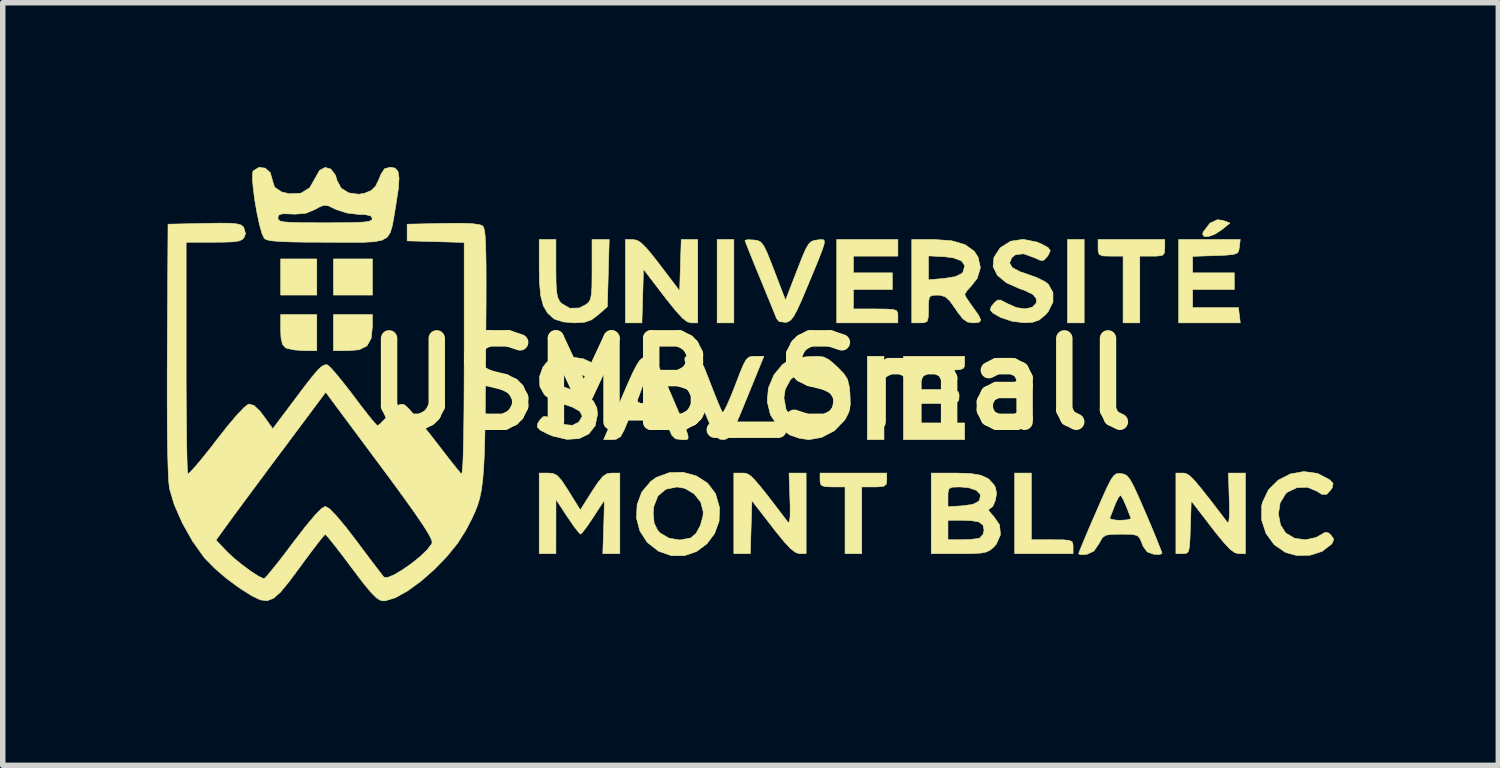
<source format=kicad_pcb>
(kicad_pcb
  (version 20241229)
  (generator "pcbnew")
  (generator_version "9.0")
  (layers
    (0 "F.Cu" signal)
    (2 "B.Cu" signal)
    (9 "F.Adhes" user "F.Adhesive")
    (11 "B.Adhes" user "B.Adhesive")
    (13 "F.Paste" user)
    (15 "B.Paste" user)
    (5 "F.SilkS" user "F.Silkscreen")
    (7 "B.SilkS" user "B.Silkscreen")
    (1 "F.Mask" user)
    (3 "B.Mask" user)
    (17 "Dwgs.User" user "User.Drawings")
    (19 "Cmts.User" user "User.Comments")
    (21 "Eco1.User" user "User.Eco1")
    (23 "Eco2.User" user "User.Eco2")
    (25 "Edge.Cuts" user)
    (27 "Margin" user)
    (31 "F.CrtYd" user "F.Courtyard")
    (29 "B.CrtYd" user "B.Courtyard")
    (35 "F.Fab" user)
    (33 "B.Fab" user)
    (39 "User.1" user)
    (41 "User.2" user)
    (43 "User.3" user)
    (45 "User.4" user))
  (footprint "USMB_Small"
    (layer "F.Cu")
    (at 10.663 3.967)
    (property "Reference" "USMB_Small" (at 0 0 0) (layer "F.SilkS") (effects (font (size 1.524 1.524) (thickness 0.3))))
    (attr through_hole)
    (fp_poly (pts (xy -7.925 -1.626) (xy -8.585 -1.626) (xy -8.585 -2.286) (xy -7.925 -2.286) (xy -7.925 -1.626)) (stroke (width 0.01) (type solid)) (fill yes) (layer "F.SilkS"))
    (fp_poly (pts (xy -6.909 -1.626) (xy -7.62 -1.626) (xy -7.62 -2.286) (xy -6.909 -2.286) (xy -6.909 -1.626)) (stroke (width 0.01) (type solid)) (fill yes) (layer "F.SilkS"))
    (fp_poly (pts (xy -0.305 -1.118) (xy -0.61 -1.118) (xy -0.61 -2.642) (xy -0.305 -2.642) (xy -0.305 -1.118)) (stroke (width 0.01) (type solid)) (fill yes) (layer "F.SilkS"))
    (fp_poly (pts (xy 2.438 1.016) (xy 2.134 1.016) (xy 2.134 -0.508) (xy 2.438 -0.508) (xy 2.438 1.016)) (stroke (width 0.01) (type solid)) (fill yes) (layer "F.SilkS"))
    (fp_poly (pts (xy 6.096 -1.118) (xy 5.791 -1.118) (xy 5.791 -2.642) (xy 6.096 -2.642) (xy 6.096 -1.118)) (stroke (width 0.01) (type solid)) (fill yes) (layer "F.SilkS"))
    (fp_poly (pts (xy -6.909 -1.053) (xy -6.931 -0.836) (xy -7.008 -0.698) (xy -7.151 -0.627) (xy -7.343 -0.61) (xy -7.62 -0.61) (xy -7.62 -1.27) (xy -6.909 -1.27) (xy -6.909 -1.053)) (stroke (width 0.01) (type solid)) (fill yes) (layer "F.SilkS"))
    (fp_poly (pts (xy -7.925 -0.61) (xy -8.166 -0.611) (xy -8.33 -0.623) (xy -8.462 -0.65) (xy -8.496 -0.664) (xy -8.552 -0.726) (xy -8.579 -0.843) (xy -8.585 -0.993) (xy -8.585 -1.27) (xy -7.925 -1.27) (xy -7.925 -0.61)) (stroke (width 0.01) (type solid)) (fill yes) (layer "F.SilkS"))
    (fp_poly (pts (xy 8.634 -2.989) (xy 8.759 -2.942) (xy 8.609 -2.819) (xy 8.483 -2.737) (xy 8.368 -2.696) (xy 8.286 -2.697) (xy 8.26 -2.743) (xy 8.274 -2.782) (xy 8.394 -2.939) (xy 8.53 -3.003) (xy 8.634 -2.989)) (stroke (width 0.01) (type solid)) (fill yes) (layer "F.SilkS"))
    (fp_poly (pts (xy 5.131 2.845) (xy 5.512 2.845) (xy 5.706 2.846) (xy 5.819 2.856) (xy 5.874 2.88) (xy 5.891 2.927) (xy 5.893 2.972) (xy 5.893 3.099) (xy 4.826 3.099) (xy 4.826 1.626) (xy 5.131 1.626) (xy 5.131 2.845)) (stroke (width 0.01) (type solid)) (fill yes) (layer "F.SilkS"))
    (fp_poly (pts (xy 2.489 1.753) (xy 2.48 1.831) (xy 2.433 1.868) (xy 2.322 1.879) (xy 2.261 1.88) (xy 2.032 1.88) (xy 2.032 3.099) (xy 1.727 3.099) (xy 1.727 1.88) (xy 1.499 1.88) (xy 1.358 1.874) (xy 1.291 1.848) (xy 1.271 1.787) (xy 1.27 1.753) (xy 1.27 1.626) (xy 2.489 1.626) (xy 2.489 1.753)) (stroke (width 0.01) (type solid)) (fill yes) (layer "F.SilkS"))
    (fp_poly (pts (xy 7.569 -2.489) (xy 7.563 -2.395) (xy 7.524 -2.351) (xy 7.427 -2.338) (xy 7.341 -2.337) (xy 7.112 -2.337) (xy 7.112 -1.118) (xy 6.807 -1.118) (xy 6.807 -2.337) (xy 6.579 -2.337) (xy 6.438 -2.341) (xy 6.371 -2.367) (xy 6.351 -2.432) (xy 6.35 -2.489) (xy 6.35 -2.642) (xy 7.569 -2.642) (xy 7.569 -2.489)) (stroke (width 0.01) (type solid)) (fill yes) (layer "F.SilkS"))
    (fp_poly (pts (xy 2.692 -2.337) (xy 1.88 -2.337) (xy 1.88 -2.032) (xy 2.591 -2.032) (xy 2.591 -1.727) (xy 1.88 -1.727) (xy 1.88 -1.372) (xy 2.286 -1.372) (xy 2.488 -1.37) (xy 2.608 -1.362) (xy 2.669 -1.34) (xy 2.69 -1.298) (xy 2.692 -1.245) (xy 2.692 -1.118) (xy 1.575 -1.118) (xy 1.575 -2.642) (xy 2.692 -2.642) (xy 2.692 -2.337)) (stroke (width 0.01) (type solid)) (fill yes) (layer "F.SilkS"))
    (fp_poly (pts (xy 8.931 -2.502) (xy 8.92 -2.433) (xy 8.89 -2.391) (xy 8.82 -2.368) (xy 8.69 -2.355) (xy 8.496 -2.347) (xy 8.077 -2.333) (xy 8.077 -2.032) (xy 8.839 -2.032) (xy 8.839 -1.727) (xy 8.077 -1.727) (xy 8.077 -1.397) (xy 8.915 -1.397) (xy 8.948 -1.118) (xy 7.823 -1.118) (xy 7.823 -2.642) (xy 8.948 -2.642) (xy 8.931 -2.502)) (stroke (width 0.01) (type solid)) (fill yes) (layer "F.SilkS"))
    (fp_poly (pts (xy -1.116 -2.642) (xy -0.965 -2.642) (xy -0.965 -1.118) (xy -1.085 -1.118) (xy -1.155 -1.138) (xy -1.244 -1.206) (xy -1.362 -1.334) (xy -1.522 -1.532) (xy -1.581 -1.608) (xy -1.956 -2.099) (xy -1.97 -1.608) (xy -1.985 -1.118) (xy -2.286 -1.118) (xy -2.286 -2.642) (xy -2.146 -2.64) (xy -2.074 -2.627) (xy -1.997 -2.578) (xy -1.9 -2.482) (xy -1.77 -2.325) (xy -1.651 -2.17) (xy -1.295 -1.702) (xy -1.281 -2.172) (xy -1.266 -2.642) (xy -1.116 -2.642)) (stroke (width 0.01) (type solid)) (fill yes) (layer "F.SilkS"))
    (fp_poly (pts (xy -0.103 1.628) (xy -0.054 1.643) (xy 0.001 1.678) (xy 0.071 1.746) (xy 0.165 1.855) (xy 0.294 2.015) (xy 0.465 2.237) (xy 0.686 2.527) (xy 0.71 2.52) (xy 0.723 2.42) (xy 0.724 2.224) (xy 0.72 2.109) (xy 0.704 1.626) (xy 1.016 1.626) (xy 1.016 3.099) (xy 0.895 3.099) (xy 0.825 3.078) (xy 0.735 3.01) (xy 0.615 2.882) (xy 0.453 2.683) (xy 0.4 2.614) (xy 0.025 2.13) (xy -0.004 3.099) (xy -0.305 3.099) (xy -0.305 1.626) (xy -0.155 1.626) (xy -0.103 1.628)) (stroke (width 0.01) (type solid)) (fill yes) (layer "F.SilkS"))
    (fp_poly (pts (xy 3.912 -0.381) (xy 3.908 -0.32) (xy 3.882 -0.282) (xy 3.816 -0.262) (xy 3.687 -0.255) (xy 3.48 -0.254) (xy 3.048 -0.254) (xy 3.048 0.102) (xy 3.429 0.102) (xy 3.623 0.103) (xy 3.736 0.113) (xy 3.791 0.137) (xy 3.809 0.184) (xy 3.81 0.229) (xy 3.805 0.293) (xy 3.777 0.331) (xy 3.703 0.349) (xy 3.563 0.355) (xy 3.429 0.356) (xy 3.048 0.356) (xy 3.048 0.711) (xy 3.912 0.711) (xy 3.912 1.016) (xy 2.794 1.016) (xy 2.794 -0.508) (xy 3.912 -0.508) (xy 3.912 -0.381)) (stroke (width 0.01) (type solid)) (fill yes) (layer "F.SilkS"))
    (fp_poly (pts (xy 7.943 1.631) (xy 7.991 1.652) (xy 8.05 1.7) (xy 8.13 1.784) (xy 8.239 1.915) (xy 8.386 2.101) (xy 8.58 2.353) (xy 8.712 2.527) (xy 8.737 2.52) (xy 8.749 2.42) (xy 8.75 2.224) (xy 8.747 2.109) (xy 8.731 1.626) (xy 9.042 1.626) (xy 9.042 3.099) (xy 8.918 3.099) (xy 8.848 3.081) (xy 8.762 3.018) (xy 8.65 2.899) (xy 8.497 2.713) (xy 8.423 2.616) (xy 8.052 2.134) (xy 8.037 2.616) (xy 8.029 2.84) (xy 8.019 2.981) (xy 8 3.058) (xy 7.967 3.091) (xy 7.915 3.099) (xy 7.898 3.099) (xy 7.772 3.099) (xy 7.772 1.626) (xy 7.897 1.626) (xy 7.943 1.631)) (stroke (width 0.01) (type solid)) (fill yes) (layer "F.SilkS"))
    (fp_poly (pts (xy -3.556 -2.108) (xy -3.554 -1.862) (xy -3.545 -1.697) (xy -3.525 -1.589) (xy -3.492 -1.517) (xy -3.454 -1.473) (xy -3.302 -1.385) (xy -3.13 -1.39) (xy -3.009 -1.451) (xy -2.959 -1.493) (xy -2.926 -1.549) (xy -2.907 -1.64) (xy -2.898 -1.786) (xy -2.896 -2.007) (xy -2.896 -2.086) (xy -2.896 -2.642) (xy -2.582 -2.642) (xy -2.616 -1.414) (xy -2.782 -1.266) (xy -2.906 -1.173) (xy -3.033 -1.129) (xy -3.211 -1.118) (xy -3.215 -1.118) (xy -3.417 -1.135) (xy -3.569 -1.181) (xy -3.596 -1.197) (xy -3.708 -1.297) (xy -3.785 -1.427) (xy -3.832 -1.606) (xy -3.856 -1.851) (xy -3.861 -2.106) (xy -3.861 -2.642) (xy -3.556 -2.642) (xy -3.556 -2.108)) (stroke (width 0.01) (type solid)) (fill yes) (layer "F.SilkS"))
    (fp_poly (pts (xy -3.606 1.634) (xy -3.533 1.671) (xy -3.456 1.756) (xy -3.356 1.906) (xy -3.32 1.963) (xy -3.11 2.301) (xy -2.897 1.963) (xy -2.782 1.79) (xy -2.697 1.687) (xy -2.622 1.638) (xy -2.539 1.626) (xy -2.535 1.626) (xy -2.388 1.626) (xy -2.388 3.099) (xy -2.699 3.099) (xy -2.683 2.616) (xy -2.677 2.409) (xy -2.673 2.246) (xy -2.673 2.15) (xy -2.674 2.133) (xy -2.703 2.173) (xy -2.772 2.276) (xy -2.867 2.422) (xy -2.877 2.438) (xy -2.978 2.588) (xy -3.059 2.696) (xy -3.103 2.742) (xy -3.105 2.743) (xy -3.146 2.704) (xy -3.226 2.6) (xy -3.328 2.452) (xy -3.346 2.426) (xy -3.555 2.108) (xy -3.556 3.099) (xy -3.861 3.099) (xy -3.861 1.626) (xy -3.695 1.626) (xy -3.606 1.634)) (stroke (width 0.01) (type solid)) (fill yes) (layer "F.SilkS"))
    (fp_poly (pts (xy 10.36 1.633) (xy 10.582 1.749) (xy 10.644 1.816) (xy 10.628 1.893) (xy 10.608 1.926) (xy 10.529 2.014) (xy 10.44 2.015) (xy 10.341 1.954) (xy 10.173 1.885) (xy 9.983 1.893) (xy 9.812 1.973) (xy 9.777 2.004) (xy 9.676 2.171) (xy 9.645 2.373) (xy 9.683 2.573) (xy 9.777 2.72) (xy 9.939 2.817) (xy 10.138 2.846) (xy 10.334 2.803) (xy 10.407 2.762) (xy 10.499 2.709) (xy 10.561 2.721) (xy 10.605 2.76) (xy 10.657 2.834) (xy 10.629 2.906) (xy 10.613 2.926) (xy 10.444 3.057) (xy 10.221 3.128) (xy 9.978 3.132) (xy 9.775 3.077) (xy 9.568 2.935) (xy 9.418 2.729) (xy 9.338 2.483) (xy 9.339 2.224) (xy 9.352 2.165) (xy 9.463 1.933) (xy 9.641 1.756) (xy 9.864 1.642) (xy 10.111 1.599) (xy 10.36 1.633)) (stroke (width 0.01) (type solid)) (fill yes) (layer "F.SilkS"))
    (fp_poly (pts (xy -0.992 1.678) (xy -0.786 1.809) (xy -0.642 1.999) (xy -0.64 2.002) (xy -0.565 2.26) (xy -0.575 2.507) (xy -0.657 2.732) (xy -0.798 2.92) (xy -0.985 3.059) (xy -1.205 3.135) (xy -1.445 3.136) (xy -1.677 3.056) (xy -1.886 2.894) (xy -2.022 2.684) (xy -2.084 2.446) (xy -2.08 2.362) (xy -1.778 2.362) (xy -1.761 2.541) (xy -1.7 2.667) (xy -1.653 2.72) (xy -1.492 2.816) (xy -1.29 2.849) (xy -1.094 2.813) (xy -0.997 2.731) (xy -0.916 2.584) (xy -0.869 2.41) (xy -0.864 2.335) (xy -0.91 2.157) (xy -1.031 2.005) (xy -1.201 1.905) (xy -1.345 1.88) (xy -1.548 1.922) (xy -1.691 2.043) (xy -1.767 2.235) (xy -1.778 2.362) (xy -2.08 2.362) (xy -2.072 2.202) (xy -1.986 1.972) (xy -1.823 1.779) (xy -1.719 1.705) (xy -1.484 1.618) (xy -1.233 1.612) (xy -0.992 1.678)) (stroke (width 0.01) (type solid)) (fill yes) (layer "F.SilkS"))
    (fp_poly (pts (xy -1.077 -0.508) (xy -1.006 -0.503) (xy -0.951 -0.477) (xy -0.901 -0.414) (xy -0.844 -0.295) (xy -0.768 -0.104) (xy -0.733 -0.013) (xy -0.652 0.196) (xy -0.581 0.369) (xy -0.531 0.484) (xy -0.512 0.519) (xy -0.483 0.49) (xy -0.428 0.382) (xy -0.355 0.214) (xy -0.28 0.024) (xy -0.192 -0.207) (xy -0.128 -0.359) (xy -0.077 -0.449) (xy -0.028 -0.492) (xy 0.031 -0.507) (xy 0.082 -0.508) (xy 0.244 -0.508) (xy -0.066 0.254) (xy -0.183 0.539) (xy -0.271 0.743) (xy -0.337 0.879) (xy -0.389 0.96) (xy -0.436 1.001) (xy -0.484 1.014) (xy -0.505 1.015) (xy -0.56 1.007) (xy -0.608 0.975) (xy -0.659 0.905) (xy -0.722 0.781) (xy -0.804 0.591) (xy -0.906 0.342) (xy -1.029 0.039) (xy -1.117 -0.182) (xy -1.172 -0.334) (xy -1.199 -0.43) (xy -1.199 -0.482) (xy -1.174 -0.504) (xy -1.128 -0.509) (xy -1.077 -0.508)) (stroke (width 0.01) (type solid)) (fill yes) (layer "F.SilkS"))
    (fp_poly (pts (xy 1.328 -2.638) (xy 1.349 -2.616) (xy 1.345 -2.56) (xy 1.313 -2.458) (xy 1.251 -2.297) (xy 1.156 -2.064) (xy 1.047 -1.803) (xy 0.936 -1.539) (xy 0.852 -1.355) (xy 0.788 -1.236) (xy 0.734 -1.168) (xy 0.682 -1.136) (xy 0.64 -1.127) (xy 0.521 -1.142) (xy 0.473 -1.203) (xy 0.442 -1.282) (xy 0.38 -1.435) (xy 0.295 -1.642) (xy 0.197 -1.882) (xy 0.169 -1.949) (xy 0.071 -2.187) (xy -0.011 -2.39) (xy -0.07 -2.539) (xy -0.1 -2.618) (xy -0.102 -2.626) (xy -0.057 -2.637) (xy 0.05 -2.633) (xy 0.061 -2.632) (xy 0.133 -2.621) (xy 0.189 -2.592) (xy 0.24 -2.528) (xy 0.297 -2.413) (xy 0.371 -2.231) (xy 0.432 -2.073) (xy 0.639 -1.531) (xy 0.848 -2.073) (xy 0.94 -2.307) (xy 1.007 -2.463) (xy 1.061 -2.557) (xy 1.113 -2.606) (xy 1.174 -2.627) (xy 1.219 -2.632) (xy 1.284 -2.64) (xy 1.328 -2.638)) (stroke (width 0.01) (type solid)) (fill yes) (layer "F.SilkS"))
    (fp_poly (pts (xy -1.79 -0.479) (xy -1.741 -0.428) (xy -1.684 -0.33) (xy -1.608 -0.17) (xy -1.505 0.064) (xy -1.462 0.164) (xy -1.332 0.467) (xy -1.237 0.688) (xy -1.175 0.841) (xy -1.144 0.938) (xy -1.14 0.991) (xy -1.159 1.013) (xy -1.2 1.018) (xy -1.259 1.016) (xy -1.261 1.016) (xy -1.372 1) (xy -1.44 0.933) (xy -1.48 0.838) (xy -1.544 0.66) (xy -2.234 0.66) (xy -2.308 0.838) (xy -2.374 0.96) (xy -2.457 1.009) (xy -2.533 1.016) (xy -2.683 1.016) (xy -2.386 0.324) (xy -2.066 0.324) (xy -2.017 0.349) (xy -1.888 0.356) (xy -1.682 0.356) (xy -1.76 0.165) (xy -1.833 0.004) (xy -1.887 -0.064) (xy -1.931 -0.047) (xy -1.97 0.034) (xy -2.02 0.171) (xy -2.058 0.267) (xy -2.066 0.324) (xy -2.386 0.324) (xy -2.361 0.267) (xy -2.239 -0.015) (xy -2.148 -0.216) (xy -2.078 -0.351) (xy -2.023 -0.433) (xy -1.973 -0.476) (xy -1.92 -0.493) (xy -1.896 -0.496) (xy -1.838 -0.498) (xy -1.79 -0.479)) (stroke (width 0.01) (type solid)) (fill yes) (layer "F.SilkS"))
    (fp_poly (pts (xy 1.335 -0.494) (xy 1.429 -0.448) (xy 1.539 -0.355) (xy 1.58 -0.318) (xy 1.704 -0.192) (xy 1.772 -0.086) (xy 1.804 0.046) (xy 1.817 0.183) (xy 1.822 0.373) (xy 1.799 0.507) (xy 1.74 0.627) (xy 1.718 0.66) (xy 1.535 0.851) (xy 1.3 0.975) (xy 1.067 1.016) (xy 0.897 0.992) (xy 0.724 0.933) (xy 0.712 0.927) (xy 0.501 0.77) (xy 0.364 0.563) (xy 0.306 0.324) (xy 0.311 0.252) (xy 0.61 0.252) (xy 0.65 0.469) (xy 0.767 0.622) (xy 0.952 0.701) (xy 1.067 0.711) (xy 1.25 0.685) (xy 1.389 0.596) (xy 1.399 0.587) (xy 1.501 0.423) (xy 1.525 0.236) (xy 1.481 0.05) (xy 1.38 -0.11) (xy 1.23 -0.219) (xy 1.067 -0.254) (xy 0.882 -0.207) (xy 0.731 -0.083) (xy 0.634 0.095) (xy 0.61 0.252) (xy 0.311 0.252) (xy 0.326 0.074) (xy 0.428 -0.168) (xy 0.581 -0.353) (xy 0.686 -0.429) (xy 0.82 -0.474) (xy 1.016 -0.497) (xy 1.039 -0.499) (xy 1.218 -0.507) (xy 1.335 -0.494)) (stroke (width 0.01) (type solid)) (fill yes) (layer "F.SilkS"))
    (fp_poly (pts (xy 3.34 -2.642) (xy 3.671 -2.619) (xy 3.918 -2.548) (xy 4.086 -2.428) (xy 4.157 -2.32) (xy 4.2 -2.125) (xy 4.142 -1.932) (xy 4.037 -1.797) (xy 3.953 -1.704) (xy 3.914 -1.64) (xy 3.913 -1.636) (xy 3.942 -1.578) (xy 4.015 -1.47) (xy 4.065 -1.401) (xy 4.169 -1.254) (xy 4.207 -1.169) (xy 4.177 -1.129) (xy 4.079 -1.118) (xy 4.064 -1.118) (xy 3.966 -1.133) (xy 3.881 -1.191) (xy 3.785 -1.313) (xy 3.747 -1.371) (xy 3.643 -1.517) (xy 3.56 -1.593) (xy 3.469 -1.622) (xy 3.416 -1.625) (xy 3.319 -1.621) (xy 3.27 -1.59) (xy 3.253 -1.506) (xy 3.251 -1.372) (xy 3.248 -1.221) (xy 3.227 -1.146) (xy 3.174 -1.12) (xy 3.099 -1.118) (xy 2.946 -1.118) (xy 2.946 -1.904) (xy 3.251 -1.904) (xy 3.538 -1.93) (xy 3.743 -1.963) (xy 3.859 -2.019) (xy 3.881 -2.045) (xy 3.915 -2.163) (xy 3.854 -2.251) (xy 3.702 -2.307) (xy 3.538 -2.327) (xy 3.251 -2.342) (xy 3.251 -1.904) (xy 2.946 -1.904) (xy 2.946 -2.642) (xy 3.34 -2.642)) (stroke (width 0.01) (type solid)) (fill yes) (layer "F.SilkS"))
    (fp_poly (pts (xy -3.297 -0.498) (xy -3.056 -0.462) (xy -2.913 -0.395) (xy -2.866 -0.298) (xy -2.893 -0.209) (xy -2.94 -0.139) (xy -2.998 -0.132) (xy -3.098 -0.178) (xy -3.284 -0.244) (xy -3.44 -0.242) (xy -3.544 -0.173) (xy -3.553 -0.158) (xy -3.577 -0.081) (xy -3.546 -0.02) (xy -3.445 0.04) (xy -3.261 0.109) (xy -3.23 0.12) (xy -3.009 0.209) (xy -2.873 0.309) (xy -2.808 0.434) (xy -2.796 0.554) (xy -2.839 0.762) (xy -2.955 0.911) (xy -3.131 0.996) (xy -3.354 1.011) (xy -3.61 0.951) (xy -3.696 0.916) (xy -3.839 0.844) (xy -3.898 0.784) (xy -3.886 0.715) (xy -3.842 0.649) (xy -3.793 0.598) (xy -3.736 0.592) (xy -3.636 0.633) (xy -3.579 0.662) (xy -3.39 0.741) (xy -3.254 0.754) (xy -3.148 0.701) (xy -3.13 0.684) (xy -3.075 0.587) (xy -3.117 0.499) (xy -3.258 0.42) (xy -3.389 0.376) (xy -3.562 0.314) (xy -3.706 0.241) (xy -3.764 0.198) (xy -3.848 0.049) (xy -3.857 -0.132) (xy -3.794 -0.308) (xy -3.73 -0.389) (xy -3.645 -0.463) (xy -3.557 -0.498) (xy -3.429 -0.505) (xy -3.297 -0.498)) (stroke (width 0.01) (type solid)) (fill yes) (layer "F.SilkS"))
    (fp_poly (pts (xy 5.23 -2.595) (xy 5.314 -2.56) (xy 5.436 -2.494) (xy 5.477 -2.439) (xy 5.446 -2.366) (xy 5.413 -2.32) (xy 5.357 -2.262) (xy 5.294 -2.26) (xy 5.189 -2.308) (xy 4.99 -2.38) (xy 4.841 -2.364) (xy 4.776 -2.312) (xy 4.733 -2.214) (xy 4.781 -2.129) (xy 4.925 -2.052) (xy 5.053 -2.009) (xy 5.229 -1.946) (xy 5.376 -1.873) (xy 5.438 -1.827) (xy 5.526 -1.674) (xy 5.526 -1.499) (xy 5.439 -1.323) (xy 5.389 -1.266) (xy 5.273 -1.17) (xy 5.151 -1.128) (xy 4.995 -1.12) (xy 4.775 -1.148) (xy 4.573 -1.216) (xy 4.559 -1.223) (xy 4.428 -1.298) (xy 4.379 -1.355) (xy 4.4 -1.419) (xy 4.45 -1.478) (xy 4.51 -1.533) (xy 4.569 -1.535) (xy 4.669 -1.483) (xy 4.691 -1.47) (xy 4.861 -1.396) (xy 5.02 -1.374) (xy 5.147 -1.403) (xy 5.219 -1.477) (xy 5.224 -1.555) (xy 5.164 -1.635) (xy 5.01 -1.711) (xy 4.927 -1.739) (xy 4.677 -1.849) (xy 4.51 -1.987) (xy 4.432 -2.144) (xy 4.447 -2.313) (xy 4.558 -2.483) (xy 4.568 -2.493) (xy 4.753 -2.61) (xy 4.98 -2.644) (xy 5.23 -2.595)) (stroke (width 0.01) (type solid)) (fill yes) (layer "F.SilkS"))
    (fp_poly (pts (xy 4.021 1.635) (xy 4.214 1.668) (xy 4.348 1.732) (xy 4.443 1.834) (xy 4.474 1.887) (xy 4.495 1.994) (xy 4.475 2.123) (xy 4.427 2.233) (xy 4.362 2.285) (xy 4.355 2.286) (xy 4.353 2.315) (xy 4.414 2.388) (xy 4.438 2.411) (xy 4.55 2.574) (xy 4.567 2.753) (xy 4.49 2.926) (xy 4.447 2.974) (xy 4.383 3.031) (xy 4.311 3.068) (xy 4.21 3.088) (xy 4.054 3.097) (xy 3.822 3.099) (xy 3.812 3.099) (xy 3.302 3.099) (xy 3.302 2.489) (xy 3.607 2.489) (xy 3.607 2.845) (xy 3.857 2.845) (xy 4.021 2.839) (xy 4.15 2.823) (xy 4.187 2.814) (xy 4.25 2.744) (xy 4.267 2.667) (xy 4.247 2.576) (xy 4.174 2.521) (xy 4.032 2.495) (xy 3.857 2.489) (xy 3.607 2.489) (xy 3.302 2.489) (xy 3.302 2.06) (xy 3.607 2.06) (xy 3.607 2.241) (xy 3.868 2.225) (xy 4.055 2.2) (xy 4.162 2.147) (xy 4.186 2.118) (xy 4.201 2.021) (xy 4.129 1.943) (xy 3.983 1.893) (xy 3.826 1.88) (xy 3.689 1.884) (xy 3.626 1.912) (xy 3.608 1.988) (xy 3.607 2.06) (xy 3.302 2.06) (xy 3.302 1.626) (xy 3.748 1.626) (xy 4.021 1.635)) (stroke (width 0.01) (type solid)) (fill yes) (layer "F.SilkS"))
    (fp_poly (pts (xy 6.771 1.636) (xy 6.83 1.648) (xy 6.882 1.679) (xy 6.934 1.745) (xy 6.997 1.859) (xy 7.079 2.035) (xy 7.189 2.288) (xy 7.218 2.354) (xy 7.323 2.602) (xy 7.412 2.817) (xy 7.478 2.981) (xy 7.514 3.077) (xy 7.518 3.095) (xy 7.475 3.114) (xy 7.37 3.11) (xy 7.367 3.11) (xy 7.248 3.067) (xy 7.172 2.962) (xy 7.154 2.915) (xy 7.116 2.822) (xy 7.069 2.77) (xy 6.985 2.748) (xy 6.836 2.743) (xy 6.771 2.743) (xy 6.595 2.746) (xy 6.491 2.762) (xy 6.43 2.805) (xy 6.382 2.887) (xy 6.367 2.916) (xy 6.273 3.052) (xy 6.147 3.11) (xy 6.14 3.111) (xy 6.036 3.117) (xy 5.994 3.103) (xy 6.013 3.048) (xy 6.066 2.918) (xy 6.146 2.727) (xy 6.246 2.493) (xy 6.265 2.451) (xy 6.562 2.451) (xy 6.596 2.474) (xy 6.702 2.488) (xy 6.756 2.489) (xy 6.882 2.481) (xy 6.948 2.461) (xy 6.951 2.451) (xy 6.923 2.383) (xy 6.875 2.26) (xy 6.86 2.223) (xy 6.807 2.103) (xy 6.765 2.037) (xy 6.756 2.032) (xy 6.721 2.075) (xy 6.669 2.181) (xy 6.653 2.223) (xy 6.602 2.353) (xy 6.567 2.44) (xy 6.562 2.451) (xy 6.265 2.451) (xy 6.31 2.347) (xy 6.43 2.073) (xy 6.518 1.878) (xy 6.584 1.75) (xy 6.636 1.676) (xy 6.683 1.641) (xy 6.732 1.633) (xy 6.771 1.636)) (stroke (width 0.01) (type solid)) (fill yes) (layer "F.SilkS"))
    (fp_poly (pts (xy -6.494 -3.945) (xy -6.441 -3.883) (xy -6.422 -3.763) (xy -6.434 -3.573) (xy -6.476 -3.299) (xy -6.477 -3.291) (xy -6.514 -3.065) (xy -6.545 -2.893) (xy -6.582 -2.768) (xy -6.639 -2.683) (xy -6.731 -2.63) (xy -6.869 -2.601) (xy -7.067 -2.59) (xy -7.338 -2.589) (xy -7.696 -2.591) (xy -7.74 -2.591) (xy -8.118 -2.592) (xy -8.405 -2.597) (xy -8.614 -2.605) (xy -8.756 -2.618) (xy -8.842 -2.636) (xy -8.884 -2.66) (xy -8.884 -2.66) (xy -8.926 -2.75) (xy -8.971 -2.909) (xy -8.998 -3.035) (xy -8.636 -3.035) (xy -8.628 -3.003) (xy -8.596 -2.979) (xy -8.525 -2.963) (xy -8.401 -2.954) (xy -8.211 -2.948) (xy -7.94 -2.947) (xy -7.772 -2.946) (xy -7.452 -2.948) (xy -7.221 -2.952) (xy -7.064 -2.96) (xy -6.968 -2.974) (xy -6.921 -2.995) (xy -6.909 -3.023) (xy -6.937 -3.071) (xy -7.034 -3.095) (xy -7.152 -3.099) (xy -7.368 -3.124) (xy -7.568 -3.187) (xy -7.587 -3.197) (xy -7.712 -3.256) (xy -7.795 -3.267) (xy -7.886 -3.231) (xy -7.953 -3.192) (xy -8.126 -3.12) (xy -8.33 -3.104) (xy -8.382 -3.107) (xy -8.535 -3.112) (xy -8.611 -3.096) (xy -8.635 -3.051) (xy -8.636 -3.035) (xy -8.998 -3.035) (xy -9.015 -3.111) (xy -9.054 -3.333) (xy -9.083 -3.548) (xy -9.1 -3.731) (xy -9.098 -3.856) (xy -9.087 -3.894) (xy -8.981 -3.96) (xy -8.868 -3.945) (xy -8.776 -3.865) (xy -8.738 -3.734) (xy -8.738 -3.73) (xy -8.696 -3.597) (xy -8.568 -3.51) (xy -8.425 -3.476) (xy -8.215 -3.487) (xy -8.055 -3.585) (xy -7.956 -3.759) (xy -7.876 -3.902) (xy -7.773 -3.958) (xy -7.668 -3.928) (xy -7.583 -3.814) (xy -7.553 -3.715) (xy -7.479 -3.578) (xy -7.338 -3.492) (xy -7.158 -3.468) (xy -7.052 -3.486) (xy -6.932 -3.535) (xy -6.849 -3.617) (xy -6.781 -3.76) (xy -6.758 -3.823) (xy -6.688 -3.933) (xy -6.583 -3.962) (xy -6.494 -3.945)) (stroke (width 0.01) (type solid)) (fill yes) (layer "F.SilkS"))
    (fp_poly (pts (xy -9.514 -2.938) (xy -9.389 -2.927) (xy -9.313 -2.907) (xy -9.269 -2.875) (xy -9.261 -2.865) (xy -9.227 -2.752) (xy -9.249 -2.685) (xy -9.285 -2.642) (xy -9.347 -2.614) (xy -9.458 -2.598) (xy -9.636 -2.592) (xy -9.806 -2.591) (xy -10.312 -2.591) (xy -10.312 -0.491) (xy -10.312 -0.039) (xy -10.31 0.381) (xy -10.306 0.759) (xy -10.302 1.083) (xy -10.297 1.343) (xy -10.291 1.528) (xy -10.284 1.626) (xy -10.281 1.64) (xy -10.241 1.613) (xy -10.152 1.516) (xy -10.024 1.364) (xy -9.868 1.169) (xy -9.758 1.026) (xy -9.56 0.774) (xy -9.391 0.574) (xy -9.261 0.436) (xy -9.177 0.37) (xy -9.164 0.366) (xy -9.073 0.391) (xy -8.962 0.497) (xy -8.896 0.584) (xy -8.729 0.817) (xy -8.318 0.269) (xy -8.137 0.029) (xy -8.005 -0.14) (xy -7.911 -0.251) (xy -7.843 -0.316) (xy -7.79 -0.347) (xy -7.742 -0.355) (xy -7.74 -0.355) (xy -7.69 -0.316) (xy -7.593 -0.211) (xy -7.462 -0.052) (xy -7.309 0.143) (xy -7.264 0.203) (xy -7.111 0.406) (xy -6.978 0.577) (xy -6.877 0.699) (xy -6.822 0.759) (xy -6.816 0.762) (xy -6.768 0.727) (xy -6.678 0.636) (xy -6.597 0.546) (xy -6.483 0.424) (xy -6.405 0.37) (xy -6.341 0.373) (xy -6.316 0.385) (xy -6.252 0.444) (xy -6.142 0.568) (xy -5.998 0.741) (xy -5.834 0.946) (xy -5.777 1.019) (xy -5.614 1.23) (xy -5.471 1.414) (xy -5.359 1.554) (xy -5.292 1.635) (xy -5.282 1.647) (xy -5.269 1.611) (xy -5.257 1.476) (xy -5.248 1.243) (xy -5.241 0.915) (xy -5.236 0.495) (xy -5.233 -0.016) (xy -5.232 -0.445) (xy -5.232 -2.587) (xy -5.753 -2.602) (xy -6.274 -2.616) (xy -6.274 -2.921) (xy -5.62 -2.935) (xy -5.303 -2.938) (xy -5.079 -2.93) (xy -4.942 -2.91) (xy -4.893 -2.888) (xy -4.876 -2.862) (xy -4.861 -2.808) (xy -4.85 -2.72) (xy -4.842 -2.588) (xy -4.836 -2.403) (xy -4.832 -2.158) (xy -4.831 -1.843) (xy -4.832 -1.451) (xy -4.835 -0.973) (xy -4.838 -0.512) (xy -4.843 0.059) (xy -4.848 0.54) (xy -4.854 0.939) (xy -4.863 1.268) (xy -4.876 1.537) (xy -4.894 1.756) (xy -4.918 1.937) (xy -4.949 2.088) (xy -4.989 2.221) (xy -5.039 2.346) (xy -5.099 2.474) (xy -5.172 2.614) (xy -5.199 2.667) (xy -5.351 2.908) (xy -5.551 3.154) (xy -5.782 3.391) (xy -6.026 3.605) (xy -6.267 3.78) (xy -6.489 3.904) (xy -6.674 3.96) (xy -6.708 3.962) (xy -6.769 3.949) (xy -6.841 3.9) (xy -6.935 3.806) (xy -7.061 3.654) (xy -7.23 3.433) (xy -7.29 3.353) (xy -7.45 3.14) (xy -7.589 2.96) (xy -7.696 2.826) (xy -7.759 2.754) (xy -7.77 2.745) (xy -7.808 2.784) (xy -7.895 2.892) (xy -8.018 3.053) (xy -8.167 3.253) (xy -8.241 3.355) (xy -8.435 3.616) (xy -8.587 3.801) (xy -8.713 3.913) (xy -8.831 3.959) (xy -8.958 3.943) (xy -9.111 3.87) (xy -9.306 3.746) (xy -9.369 3.704) (xy -9.581 3.547) (xy -9.792 3.364) (xy -9.964 3.189) (xy -9.99 3.158) (xy -10.196 2.868) (xy -10.205 2.852) (xy -9.767 2.852) (xy -9.57 3.058) (xy -9.442 3.179) (xy -9.285 3.306) (xy -9.126 3.424) (xy -8.988 3.512) (xy -8.896 3.555) (xy -8.886 3.556) (xy -8.845 3.517) (xy -8.755 3.41) (xy -8.626 3.249) (xy -8.47 3.047) (xy -8.357 2.896) (xy -8.135 2.608) (xy -7.962 2.4) (xy -7.839 2.275) (xy -7.769 2.235) (xy -7.694 2.278) (xy -7.57 2.405) (xy -7.396 2.612) (xy -7.208 2.857) (xy -7.043 3.077) (xy -6.898 3.269) (xy -6.784 3.418) (xy -6.713 3.51) (xy -6.698 3.529) (xy -6.63 3.534) (xy -6.51 3.484) (xy -6.357 3.393) (xy -6.191 3.277) (xy -6.034 3.15) (xy -5.906 3.027) (xy -5.828 2.923) (xy -5.817 2.898) (xy -5.828 2.844) (xy -5.881 2.74) (xy -5.98 2.581) (xy -6.129 2.362) (xy -6.332 2.078) (xy -6.592 1.722) (xy -6.775 1.476) (xy -7.762 0.149) (xy -8.498 1.135) (xy -8.723 1.435) (xy -8.943 1.732) (xy -9.148 2.007) (xy -9.323 2.244) (xy -9.456 2.424) (xy -9.501 2.486) (xy -9.767 2.852) (xy -10.205 2.852) (xy -10.382 2.538) (xy -10.529 2.203) (xy -10.616 1.911) (xy -10.63 1.786) (xy -10.641 1.563) (xy -10.65 1.247) (xy -10.656 0.842) (xy -10.658 0.351) (xy -10.658 -0.221) (xy -10.656 -0.635) (xy -10.643 -2.921) (xy -9.983 -2.935) (xy -9.706 -2.94) (xy -9.514 -2.938)) (stroke (width 0.01) (type solid)) (fill yes) (layer "F.SilkS")))
  (gr_rect
    (start -3 -3)
    (end 24.326 10.934)
    (stroke (width 0.1) (type default))
    (fill no)
    (layer "Edge.Cuts")))
</source>
